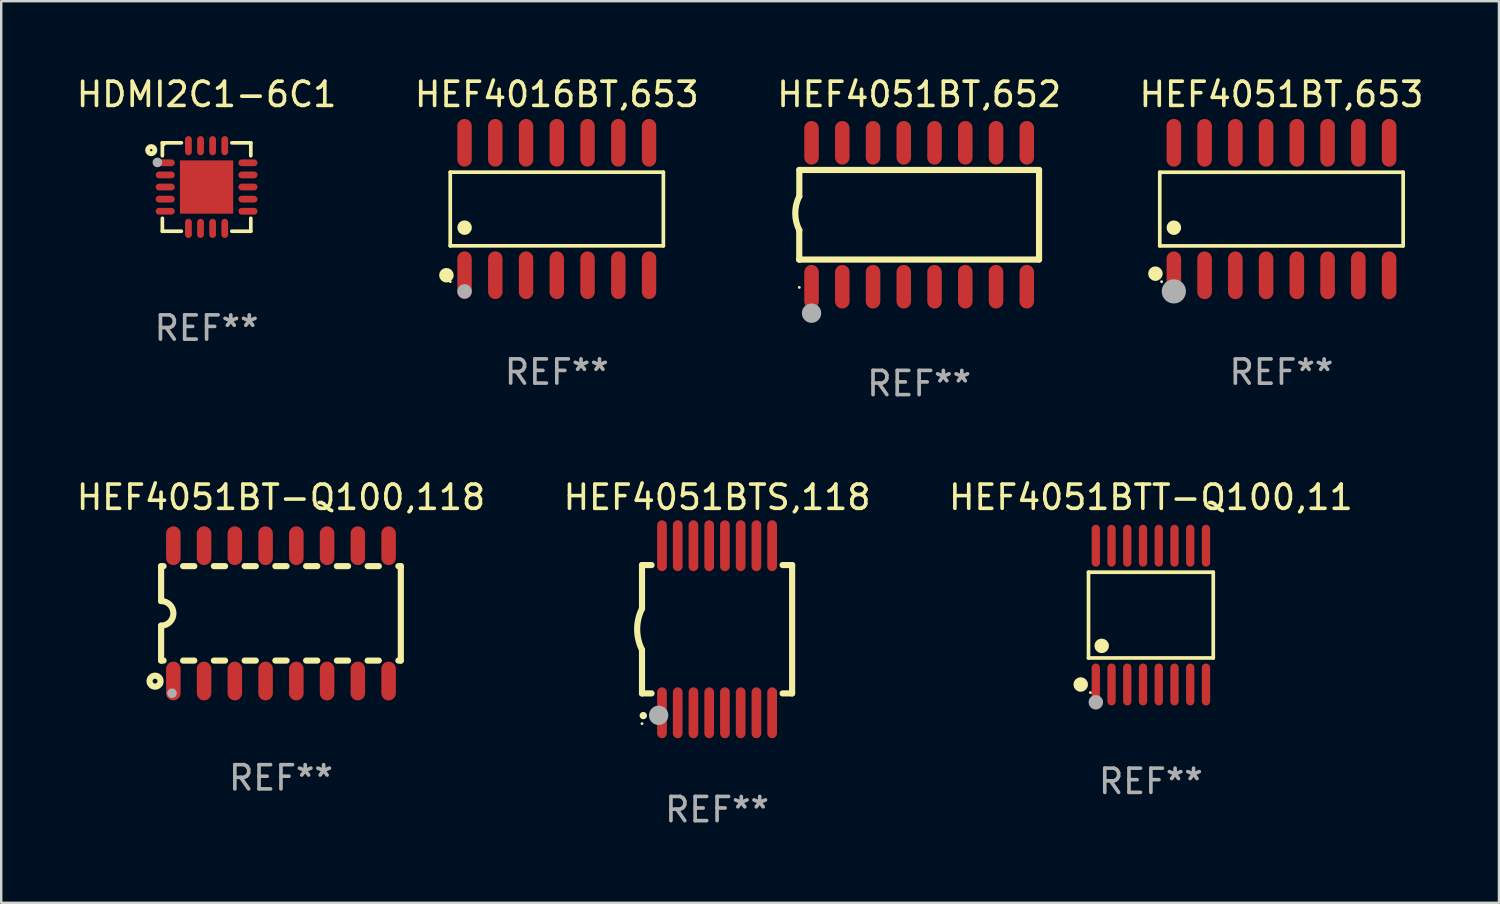
<source format=kicad_pcb>
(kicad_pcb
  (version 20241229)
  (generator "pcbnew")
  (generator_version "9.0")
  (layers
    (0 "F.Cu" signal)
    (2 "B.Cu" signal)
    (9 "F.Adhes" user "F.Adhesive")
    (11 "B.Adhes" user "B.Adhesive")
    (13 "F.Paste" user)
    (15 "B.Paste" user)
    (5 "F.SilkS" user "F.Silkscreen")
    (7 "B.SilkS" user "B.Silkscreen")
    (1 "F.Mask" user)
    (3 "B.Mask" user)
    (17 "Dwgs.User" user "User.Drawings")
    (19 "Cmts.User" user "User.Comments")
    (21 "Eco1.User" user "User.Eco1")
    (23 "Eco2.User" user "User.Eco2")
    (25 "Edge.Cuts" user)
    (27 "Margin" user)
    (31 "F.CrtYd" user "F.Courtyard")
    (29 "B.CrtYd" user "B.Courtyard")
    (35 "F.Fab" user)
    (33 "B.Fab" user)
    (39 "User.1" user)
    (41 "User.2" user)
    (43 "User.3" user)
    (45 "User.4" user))
  (footprint "HEF4051BTS,118"
    (layer "F.Cu")
    (at 26.565 22.938)
    (property "Reference" "HEF4051BTS,118" (at 0 -5.45 0) (layer "F.SilkS") (effects (font (size 1 1) (thickness 0.15))))
    (attr through_hole)
    (fp_line (start -3.1 -2.65) (end -3.1 -0.85) (stroke (width 0.254) (type solid)) (layer "F.SilkS"))
    (fp_line (start -3.1 -2.65) (end -2.706 -2.65) (stroke (width 0.254) (type solid)) (layer "F.SilkS"))
    (fp_line (start -3.1 2.65) (end -3.1 0.85) (stroke (width 0.254) (type solid)) (layer "F.SilkS"))
    (fp_line (start -3.1 2.65) (end -2.706 2.65) (stroke (width 0.254) (type solid)) (layer "F.SilkS"))
    (fp_line (start 2.706 -2.65) (end 3.1 -2.65) (stroke (width 0.254) (type solid)) (layer "F.SilkS"))
    (fp_line (start 2.706 2.65) (end 3.1 2.65) (stroke (width 0.254) (type solid)) (layer "F.SilkS"))
    (fp_line (start 3.1 -2.65) (end 3.1 2.65) (stroke (width 0.254) (type solid)) (layer "F.SilkS"))
    (fp_arc (start -3.098907 0.850902) (mid -3.300057 0.000523) (end -3.1 -0.850114) (stroke (width 0.254001) (type solid)) (layer "F.SilkS"))
    (fp_arc (start -3.048006 3.566066) (mid -3.046736 3.566061) (end -3.045466 3.566066) (stroke (width 0.3) (type solid)) (layer "F.SilkS"))
    (fp_circle (center -3.1 3.9) (end -3.07 3.9) (stroke (width 0.06) (type solid)) (fill no) (layer "F.SilkS"))
    (fp_circle (center -2.413 3.556) (end -2.213 3.556) (stroke (width 0.4) (type solid)) (fill no) (layer "F.Fab"))
    (fp_text user "REF**" (at 0 7.45 0) (layer "F.Fab") (effects (font (size 1 1) (thickness 0.15))))
    (pad "1" smd oval (at -2.275 3.45 180) (size 0.4 2.1) (layers "F.Cu" "F.Mask" "F.Paste"))
    (pad "2" smd oval (at -1.625 3.45 180) (size 0.4 2.1) (layers "F.Cu" "F.Mask" "F.Paste"))
    (pad "3" smd oval (at -0.975 3.45 180) (size 0.4 2.1) (layers "F.Cu" "F.Mask" "F.Paste"))
    (pad "4" smd oval (at -0.325 3.45 180) (size 0.4 2.1) (layers "F.Cu" "F.Mask" "F.Paste"))
    (pad "5" smd oval (at 0.325 3.45 180) (size 0.4 2.1) (layers "F.Cu" "F.Mask" "F.Paste"))
    (pad "6" smd oval (at 0.975 3.45 180) (size 0.4 2.1) (layers "F.Cu" "F.Mask" "F.Paste"))
    (pad "7" smd oval (at 1.625 3.45 180) (size 0.4 2.1) (layers "F.Cu" "F.Mask" "F.Paste"))
    (pad "8" smd oval (at 2.275 3.45 180) (size 0.4 2.1) (layers "F.Cu" "F.Mask" "F.Paste"))
    (pad "9" smd oval (at 2.275 -3.45 180) (size 0.4 2.1) (layers "F.Cu" "F.Mask" "F.Paste"))
    (pad "10" smd oval (at 1.625 -3.45 180) (size 0.4 2.1) (layers "F.Cu" "F.Mask" "F.Paste"))
    (pad "11" smd oval (at 0.975 -3.45 180) (size 0.4 2.1) (layers "F.Cu" "F.Mask" "F.Paste"))
    (pad "12" smd oval (at 0.325 -3.45 180) (size 0.4 2.1) (layers "F.Cu" "F.Mask" "F.Paste"))
    (pad "13" smd oval (at -0.325 -3.45 180) (size 0.4 2.1) (layers "F.Cu" "F.Mask" "F.Paste"))
    (pad "14" smd oval (at -0.975 -3.45 180) (size 0.4 2.1) (layers "F.Cu" "F.Mask" "F.Paste"))
    (pad "15" smd oval (at -1.625 -3.45 180) (size 0.4 2.1) (layers "F.Cu" "F.Mask" "F.Paste"))
    (pad "16" smd oval (at -2.275 -3.45 180) (size 0.4 2.1) (layers "F.Cu" "F.Mask" "F.Paste")))
  (footprint "HEF4051BTT-Q100,11"
    (layer "F.Cu")
    (at 44.482 22.354)
    (property "Reference" "HEF4051BTT-Q100,11" (at 0 -4.866 0) (layer "F.SilkS") (effects (font (size 1 1) (thickness 0.15))))
    (attr through_hole)
    (fp_line (start -2.576 -1.772) (end 2.576 -1.772) (stroke (width 0.152) (type solid)) (layer "F.SilkS"))
    (fp_line (start -2.576 1.771) (end -2.576 -1.772) (stroke (width 0.152) (type solid)) (layer "F.SilkS"))
    (fp_line (start 2.576 -1.772) (end 2.576 1.771) (stroke (width 0.152) (type solid)) (layer "F.SilkS"))
    (fp_line (start 2.576 1.771) (end -2.576 1.771) (stroke (width 0.152) (type solid)) (layer "F.SilkS"))
    (fp_circle (center -2.899 2.866) (end -2.749 2.866) (stroke (width 0.3) (type solid)) (fill no) (layer "F.SilkS"))
    (fp_circle (center -2.5 3.2) (end -2.47 3.2) (stroke (width 0.06) (type solid)) (fill no) (layer "F.SilkS"))
    (fp_circle (center -2.032 1.27) (end -1.882 1.27) (stroke (width 0.3) (type solid)) (fill no) (layer "F.SilkS"))
    (fp_circle (center -2.275 3.6) (end -2.125 3.6) (stroke (width 0.3) (type solid)) (fill no) (layer "F.Fab"))
    (fp_text user "REF**" (at 0 6.866 0) (layer "F.Fab") (effects (font (size 1 1) (thickness 0.15))))
    (pad "1" smd oval (at -2.275 2.866) (size 0.343 1.731) (layers "F.Cu" "F.Mask" "F.Paste"))
    (pad "2" smd oval (at -1.625 2.866) (size 0.343 1.731) (layers "F.Cu" "F.Mask" "F.Paste"))
    (pad "3" smd oval (at -0.975 2.866) (size 0.343 1.731) (layers "F.Cu" "F.Mask" "F.Paste"))
    (pad "4" smd oval (at -0.325 2.866) (size 0.343 1.731) (layers "F.Cu" "F.Mask" "F.Paste"))
    (pad "5" smd oval (at 0.325 2.866) (size 0.343 1.731) (layers "F.Cu" "F.Mask" "F.Paste"))
    (pad "6" smd oval (at 0.975 2.866) (size 0.343 1.731) (layers "F.Cu" "F.Mask" "F.Paste"))
    (pad "7" smd oval (at 1.625 2.866) (size 0.343 1.731) (layers "F.Cu" "F.Mask" "F.Paste"))
    (pad "8" smd oval (at 2.275 2.866) (size 0.343 1.731) (layers "F.Cu" "F.Mask" "F.Paste"))
    (pad "9" smd oval (at 2.275 -2.866) (size 0.343 1.731) (layers "F.Cu" "F.Mask" "F.Paste"))
    (pad "10" smd oval (at 1.625 -2.866) (size 0.343 1.731) (layers "F.Cu" "F.Mask" "F.Paste"))
    (pad "11" smd oval (at 0.975 -2.866) (size 0.343 1.731) (layers "F.Cu" "F.Mask" "F.Paste"))
    (pad "12" smd oval (at 0.325 -2.866) (size 0.343 1.731) (layers "F.Cu" "F.Mask" "F.Paste"))
    (pad "13" smd oval (at -0.325 -2.866) (size 0.343 1.731) (layers "F.Cu" "F.Mask" "F.Paste"))
    (pad "14" smd oval (at -0.975 -2.866) (size 0.343 1.731) (layers "F.Cu" "F.Mask" "F.Paste"))
    (pad "15" smd oval (at -1.625 -2.866) (size 0.343 1.731) (layers "F.Cu" "F.Mask" "F.Paste"))
    (pad "16" smd oval (at -2.275 -2.866) (size 0.343 1.731) (layers "F.Cu" "F.Mask" "F.Paste")))
  (footprint "HEF4051BT,652"
    (layer "F.Cu")
    (at 34.911 5.82)
    (property "Reference" "HEF4051BT,652" (at 0 -4.972 0) (layer "F.SilkS") (effects (font (size 1 1) (thickness 0.15))))
    (attr through_hole)
    (fp_line (start -4.952 0.635) (end -4.952 1.85) (stroke (width 0.254) (type solid)) (layer "F.SilkS"))
    (fp_line (start -4.952 1.85) (end -4.949 1.85) (stroke (width 0.254) (type solid)) (layer "F.SilkS"))
    (fp_line (start -4.949 -1.85) (end -4.949 -0.762) (stroke (width 0.254) (type solid)) (layer "F.SilkS"))
    (fp_line (start -4.949 1.85) (end 4.952 1.85) (stroke (width 0.254) (type solid)) (layer "F.SilkS"))
    (fp_line (start 4.952 -1.85) (end -4.949 -1.85) (stroke (width 0.254) (type solid)) (layer "F.SilkS"))
    (fp_line (start 4.952 1.85) (end 4.952 -1.85) (stroke (width 0.254) (type solid)) (layer "F.SilkS"))
    (fp_arc (start -4.951524 0.635001) (mid -5.116418 -0.0635) (end -4.951524 -0.762002) (stroke (width 0.254001) (type solid)) (layer "F.SilkS"))
    (fp_circle (center -4.949 3) (end -4.919 3) (stroke (width 0.06) (type solid)) (fill no) (layer "F.SilkS"))
    (fp_circle (center -4.444 4.064) (end -4.244 4.064) (stroke (width 0.4) (type solid)) (fill no) (layer "F.Fab"))
    (fp_text user "REF**" (at 0 6.972 0) (layer "F.Fab") (effects (font (size 1 1) (thickness 0.15))))
    (pad "1" smd oval (at -4.444 2.972 180) (size 0.6 1.8) (layers "F.Cu" "F.Mask" "F.Paste"))
    (pad "2" smd oval (at -3.174 2.972 180) (size 0.6 1.8) (layers "F.Cu" "F.Mask" "F.Paste"))
    (pad "3" smd oval (at -1.904 2.972 180) (size 0.6 1.8) (layers "F.Cu" "F.Mask" "F.Paste"))
    (pad "4" smd oval (at -0.634 2.972 180) (size 0.6 1.8) (layers "F.Cu" "F.Mask" "F.Paste"))
    (pad "5" smd oval (at 0.636 2.972 180) (size 0.6 1.8) (layers "F.Cu" "F.Mask" "F.Paste"))
    (pad "6" smd oval (at 1.906 2.972 180) (size 0.6 1.8) (layers "F.Cu" "F.Mask" "F.Paste"))
    (pad "7" smd oval (at 3.176 2.972 180) (size 0.6 1.8) (layers "F.Cu" "F.Mask" "F.Paste"))
    (pad "8" smd oval (at 4.446 2.972 180) (size 0.6 1.8) (layers "F.Cu" "F.Mask" "F.Paste"))
    (pad "9" smd oval (at 4.446 -2.972 180) (size 0.6 1.8) (layers "F.Cu" "F.Mask" "F.Paste"))
    (pad "10" smd oval (at 3.176 -2.972 180) (size 0.6 1.8) (layers "F.Cu" "F.Mask" "F.Paste"))
    (pad "11" smd oval (at 1.906 -2.972 180) (size 0.6 1.8) (layers "F.Cu" "F.Mask" "F.Paste"))
    (pad "12" smd oval (at 0.636 -2.972 180) (size 0.6 1.8) (layers "F.Cu" "F.Mask" "F.Paste"))
    (pad "13" smd oval (at -0.634 -2.972 180) (size 0.6 1.8) (layers "F.Cu" "F.Mask" "F.Paste"))
    (pad "14" smd oval (at -1.904 -2.972 180) (size 0.6 1.8) (layers "F.Cu" "F.Mask" "F.Paste"))
    (pad "15" smd oval (at -3.174 -2.972 180) (size 0.6 1.8) (layers "F.Cu" "F.Mask" "F.Paste"))
    (pad "16" smd oval (at -4.444 -2.972 180) (size 0.6 1.8) (layers "F.Cu" "F.Mask" "F.Paste")))
  (footprint "HEF4051BT,653"
    (layer "F.Cu")
    (at 49.875 5.584)
    (property "Reference" "HEF4051BT,653" (at 0 -4.736 0) (layer "F.SilkS") (effects (font (size 1 1) (thickness 0.15))))
    (attr through_hole)
    (fp_line (start -5.026 -1.521) (end 5.026 -1.521) (stroke (width 0.152) (type solid)) (layer "F.SilkS"))
    (fp_line (start -5.026 1.521) (end -5.026 -1.521) (stroke (width 0.152) (type solid)) (layer "F.SilkS"))
    (fp_line (start 5.026 -1.521) (end 5.026 1.521) (stroke (width 0.152) (type solid)) (layer "F.SilkS"))
    (fp_line (start 5.026 1.521) (end -5.026 1.521) (stroke (width 0.152) (type solid)) (layer "F.SilkS"))
    (fp_circle (center -5.207 2.667) (end -5.057 2.667) (stroke (width 0.3) (type solid)) (fill no) (layer "F.SilkS"))
    (fp_circle (center -4.95 3) (end -4.92 3) (stroke (width 0.06) (type solid)) (fill no) (layer "F.SilkS"))
    (fp_circle (center -4.445 0.769) (end -4.295 0.769) (stroke (width 0.3) (type solid)) (fill no) (layer "F.SilkS"))
    (fp_circle (center -4.445 3.4) (end -4.195 3.4) (stroke (width 0.5) (type solid)) (fill no) (layer "F.Fab"))
    (fp_text user "REF**" (at 0 6.736 0) (layer "F.Fab") (effects (font (size 1 1) (thickness 0.15))))
    (pad "1" smd oval (at -4.445 2.736) (size 0.602 1.971) (layers "F.Cu" "F.Mask" "F.Paste"))
    (pad "2" smd oval (at -3.175 2.736) (size 0.602 1.971) (layers "F.Cu" "F.Mask" "F.Paste"))
    (pad "3" smd oval (at -1.905 2.736) (size 0.602 1.971) (layers "F.Cu" "F.Mask" "F.Paste"))
    (pad "4" smd oval (at -0.635 2.736) (size 0.602 1.971) (layers "F.Cu" "F.Mask" "F.Paste"))
    (pad "5" smd oval (at 0.635 2.736) (size 0.602 1.971) (layers "F.Cu" "F.Mask" "F.Paste"))
    (pad "6" smd oval (at 1.905 2.736) (size 0.602 1.971) (layers "F.Cu" "F.Mask" "F.Paste"))
    (pad "7" smd oval (at 3.175 2.736) (size 0.602 1.971) (layers "F.Cu" "F.Mask" "F.Paste"))
    (pad "8" smd oval (at 4.445 2.736) (size 0.602 1.971) (layers "F.Cu" "F.Mask" "F.Paste"))
    (pad "9" smd oval (at 4.445 -2.736) (size 0.602 1.971) (layers "F.Cu" "F.Mask" "F.Paste"))
    (pad "10" smd oval (at 3.175 -2.736) (size 0.602 1.971) (layers "F.Cu" "F.Mask" "F.Paste"))
    (pad "11" smd oval (at 1.905 -2.736) (size 0.602 1.971) (layers "F.Cu" "F.Mask" "F.Paste"))
    (pad "12" smd oval (at 0.635 -2.736) (size 0.602 1.971) (layers "F.Cu" "F.Mask" "F.Paste"))
    (pad "13" smd oval (at -0.635 -2.736) (size 0.602 1.971) (layers "F.Cu" "F.Mask" "F.Paste"))
    (pad "14" smd oval (at -1.905 -2.736) (size 0.602 1.971) (layers "F.Cu" "F.Mask" "F.Paste"))
    (pad "15" smd oval (at -3.175 -2.736) (size 0.602 1.971) (layers "F.Cu" "F.Mask" "F.Paste"))
    (pad "16" smd oval (at -4.445 -2.736) (size 0.602 1.971) (layers "F.Cu" "F.Mask" "F.Paste")))
  (footprint "HDMI2C1-6C1"
    (layer "F.Cu")
    (at 5.482 4.674)
    (property "Reference" "HDMI2C1-6C1" (at 0 -3.826 0) (layer "F.SilkS") (effects (font (size 1 1) (thickness 0.15))))
    (attr through_hole)
    (fp_line (start -1.826 -1.826) (end -1.042 -1.826) (stroke (width 0.152) (type solid)) (layer "F.SilkS"))
    (fp_line (start -1.826 -1.292) (end -1.826 -1.826) (stroke (width 0.152) (type solid)) (layer "F.SilkS"))
    (fp_line (start -1.826 1.292) (end -1.826 1.826) (stroke (width 0.152) (type solid)) (layer "F.SilkS"))
    (fp_line (start -1.826 1.826) (end -1.042 1.826) (stroke (width 0.152) (type solid)) (layer "F.SilkS"))
    (fp_line (start 1.826 -1.826) (end 1.042 -1.826) (stroke (width 0.152) (type solid)) (layer "F.SilkS"))
    (fp_line (start 1.826 -1.292) (end 1.826 -1.826) (stroke (width 0.152) (type solid)) (layer "F.SilkS"))
    (fp_line (start 1.826 1.292) (end 1.826 1.826) (stroke (width 0.152) (type solid)) (layer "F.SilkS"))
    (fp_line (start 1.826 1.826) (end 1.042 1.826) (stroke (width 0.152) (type solid)) (layer "F.SilkS"))
    (fp_circle (center -2.286 -1.524) (end -2.136 -1.524) (stroke (width 0.2) (type solid)) (fill no) (layer "F.SilkS"))
    (fp_circle (center -1.75 -1.75) (end -1.72 -1.75) (stroke (width 0.06) (type solid)) (fill no) (layer "F.SilkS"))
    (fp_circle (center -2.032 -1.016) (end -1.932 -1.016) (stroke (width 0.2) (type solid)) (fill no) (layer "F.Fab"))
    (fp_text user "REF**" (at 0 5.826 0) (layer "F.Fab") (effects (font (size 1 1) (thickness 0.15))))
    (pad "1" smd oval (at -1.708 -1) (size 0.79 0.28) (layers "F.Cu" "F.Mask" "F.Paste"))
    (pad "2" smd oval (at -1.708 -0.5) (size 0.79 0.28) (layers "F.Cu" "F.Mask" "F.Paste"))
    (pad "3" smd oval (at -1.708 -0.000013) (size 0.79 0.28) (layers "F.Cu" "F.Mask" "F.Paste"))
    (pad "4" smd oval (at -1.708 0.5) (size 0.79 0.28) (layers "F.Cu" "F.Mask" "F.Paste"))
    (pad "5" smd oval (at -1.708 1) (size 0.79 0.28) (layers "F.Cu" "F.Mask" "F.Paste"))
    (pad "6" smd oval (at -0.75 1.708) (size 0.28 0.79) (layers "F.Cu" "F.Mask" "F.Paste"))
    (pad "7" smd oval (at -0.25 1.708) (size 0.28 0.79) (layers "F.Cu" "F.Mask" "F.Paste"))
    (pad "8" smd oval (at 0.25 1.708) (size 0.28 0.79) (layers "F.Cu" "F.Mask" "F.Paste"))
    (pad "9" smd oval (at 0.75 1.708) (size 0.28 0.79) (layers "F.Cu" "F.Mask" "F.Paste"))
    (pad "10" smd oval (at 1.708 1) (size 0.79 0.28) (layers "F.Cu" "F.Mask" "F.Paste"))
    (pad "11" smd oval (at 1.708 0.5) (size 0.79 0.28) (layers "F.Cu" "F.Mask" "F.Paste"))
    (pad "12" smd oval (at 1.708 -0.000013) (size 0.79 0.28) (layers "F.Cu" "F.Mask" "F.Paste"))
    (pad "13" smd oval (at 1.708 -0.5) (size 0.79 0.28) (layers "F.Cu" "F.Mask" "F.Paste"))
    (pad "14" smd oval (at 1.708 -1) (size 0.79 0.28) (layers "F.Cu" "F.Mask" "F.Paste"))
    (pad "15" smd oval (at 0.75 -1.708) (size 0.28 0.79) (layers "F.Cu" "F.Mask" "F.Paste"))
    (pad "16" smd oval (at 0.25 -1.708) (size 0.28 0.79) (layers "F.Cu" "F.Mask" "F.Paste"))
    (pad "17" smd oval (at -0.25 -1.708) (size 0.28 0.79) (layers "F.Cu" "F.Mask" "F.Paste"))
    (pad "18" smd oval (at -0.75 -1.708) (size 0.28 0.79) (layers "F.Cu" "F.Mask" "F.Paste"))
    (pad "19" smd rect (at -0.000013 -0.000013) (size 2.2 2.2) (layers "F.Cu" "F.Mask" "F.Paste")))
  (footprint "HEF4016BT,653"
    (layer "F.Cu")
    (at 19.946 5.582)
    (property "Reference" "HEF4016BT,653" (at 0 -4.734 0) (layer "F.SilkS") (effects (font (size 1 1) (thickness 0.15))))
    (attr through_hole)
    (fp_line (start -4.401 -1.521) (end 4.401 -1.521) (stroke (width 0.152) (type solid)) (layer "F.SilkS"))
    (fp_line (start -4.401 1.521) (end -4.401 -1.521) (stroke (width 0.152) (type solid)) (layer "F.SilkS"))
    (fp_line (start 4.401 -1.521) (end 4.401 1.521) (stroke (width 0.152) (type solid)) (layer "F.SilkS"))
    (fp_line (start 4.401 1.521) (end -4.401 1.521) (stroke (width 0.152) (type solid)) (layer "F.SilkS"))
    (fp_circle (center -4.56 2.734) (end -4.41 2.734) (stroke (width 0.3) (type solid)) (fill no) (layer "F.SilkS"))
    (fp_circle (center -4.4 3) (end -4.37 3) (stroke (width 0.06) (type solid)) (fill no) (layer "F.SilkS"))
    (fp_circle (center -3.81 0.769) (end -3.66 0.769) (stroke (width 0.3) (type solid)) (fill no) (layer "F.SilkS"))
    (fp_circle (center -3.81 3.4) (end -3.66 3.4) (stroke (width 0.3) (type solid)) (fill no) (layer "F.Fab"))
    (fp_text user "REF**" (at 0 6.734 0) (layer "F.Fab") (effects (font (size 1 1) (thickness 0.15))))
    (pad "1" smd oval (at -3.81 2.734) (size 0.595 1.968) (layers "F.Cu" "F.Mask" "F.Paste"))
    (pad "2" smd oval (at -2.54 2.734) (size 0.595 1.968) (layers "F.Cu" "F.Mask" "F.Paste"))
    (pad "3" smd oval (at -1.27 2.734) (size 0.595 1.968) (layers "F.Cu" "F.Mask" "F.Paste"))
    (pad "4" smd oval (at 0.000127 2.734) (size 0.595 1.968) (layers "F.Cu" "F.Mask" "F.Paste"))
    (pad "5" smd oval (at 1.27 2.734) (size 0.595 1.968) (layers "F.Cu" "F.Mask" "F.Paste"))
    (pad "6" smd oval (at 2.54 2.734) (size 0.595 1.968) (layers "F.Cu" "F.Mask" "F.Paste"))
    (pad "7" smd oval (at 3.81 2.734) (size 0.595 1.968) (layers "F.Cu" "F.Mask" "F.Paste"))
    (pad "8" smd oval (at 3.81 -2.734) (size 0.595 1.968) (layers "F.Cu" "F.Mask" "F.Paste"))
    (pad "9" smd oval (at 2.54 -2.734) (size 0.595 1.968) (layers "F.Cu" "F.Mask" "F.Paste"))
    (pad "10" smd oval (at 1.27 -2.734) (size 0.595 1.968) (layers "F.Cu" "F.Mask" "F.Paste"))
    (pad "11" smd oval (at 0.000127 -2.734) (size 0.595 1.968) (layers "F.Cu" "F.Mask" "F.Paste"))
    (pad "12" smd oval (at -1.27 -2.734) (size 0.595 1.968) (layers "F.Cu" "F.Mask" "F.Paste"))
    (pad "13" smd oval (at -2.54 -2.734) (size 0.595 1.968) (layers "F.Cu" "F.Mask" "F.Paste"))
    (pad "14" smd oval (at -3.81 -2.734) (size 0.595 1.968) (layers "F.Cu" "F.Mask" "F.Paste")))
  (footprint "HEF4051BT-Q100,118"
    (layer "F.Cu")
    (at 8.554 22.282)
    (property "Reference" "HEF4051BT-Q100,118" (at 0 -4.794 0) (layer "F.SilkS") (effects (font (size 1 1) (thickness 0.15))))
    (attr through_hole)
    (fp_line (start -4.95 -1.95) (end -4.95 -0.508) (stroke (width 0.254) (type solid)) (layer "F.SilkS"))
    (fp_line (start -4.95 -1.95) (end -4.849 -1.95) (stroke (width 0.254) (type solid)) (layer "F.SilkS"))
    (fp_line (start -4.95 1.95) (end -4.95 0.508) (stroke (width 0.254) (type solid)) (layer "F.SilkS"))
    (fp_line (start -4.95 1.95) (end -4.849 1.95) (stroke (width 0.254) (type solid)) (layer "F.SilkS"))
    (fp_line (start -4.041 -1.95) (end -3.579 -1.95) (stroke (width 0.254) (type solid)) (layer "F.SilkS"))
    (fp_line (start -4.041 1.95) (end -3.579 1.95) (stroke (width 0.254) (type solid)) (layer "F.SilkS"))
    (fp_line (start -2.771 -1.95) (end -2.309 -1.95) (stroke (width 0.254) (type solid)) (layer "F.SilkS"))
    (fp_line (start -2.771 1.95) (end -2.309 1.95) (stroke (width 0.254) (type solid)) (layer "F.SilkS"))
    (fp_line (start -1.501 -1.95) (end -1.039 -1.95) (stroke (width 0.254) (type solid)) (layer "F.SilkS"))
    (fp_line (start -1.501 1.95) (end -1.039 1.95) (stroke (width 0.254) (type solid)) (layer "F.SilkS"))
    (fp_line (start -0.231 -1.95) (end 0.231 -1.95) (stroke (width 0.254) (type solid)) (layer "F.SilkS"))
    (fp_line (start -0.231 1.95) (end 0.231 1.95) (stroke (width 0.254) (type solid)) (layer "F.SilkS"))
    (fp_line (start 1.039 -1.95) (end 1.501 -1.95) (stroke (width 0.254) (type solid)) (layer "F.SilkS"))
    (fp_line (start 1.039 1.95) (end 1.501 1.95) (stroke (width 0.254) (type solid)) (layer "F.SilkS"))
    (fp_line (start 2.309 -1.95) (end 2.771 -1.95) (stroke (width 0.254) (type solid)) (layer "F.SilkS"))
    (fp_line (start 2.309 1.95) (end 2.771 1.95) (stroke (width 0.254) (type solid)) (layer "F.SilkS"))
    (fp_line (start 3.579 -1.95) (end 4.041 -1.95) (stroke (width 0.254) (type solid)) (layer "F.SilkS"))
    (fp_line (start 3.579 1.95) (end 4.041 1.95) (stroke (width 0.254) (type solid)) (layer "F.SilkS"))
    (fp_line (start 4.849 -1.95) (end 4.95 -1.95) (stroke (width 0.254) (type solid)) (layer "F.SilkS"))
    (fp_line (start 4.849 1.95) (end 4.95 1.95) (stroke (width 0.254) (type solid)) (layer "F.SilkS"))
    (fp_line (start 4.95 -1.95) (end 4.95 1.95) (stroke (width 0.254) (type solid)) (layer "F.SilkS"))
    (fp_arc (start -4.95047 -0.508001) (mid -4.442469 -0.000228) (end -4.950013 0.508001) (stroke (width 0.254001) (type solid)) (layer "F.SilkS"))
    (fp_circle (center -5.2 2.8) (end -5.1 2.8) (stroke (width 0.254) (type solid)) (fill no) (layer "F.SilkS"))
    (fp_circle (center -4.95 2.947) (end -4.92 2.947) (stroke (width 0.06) (type solid)) (fill no) (layer "F.SilkS"))
    (fp_circle (center -4.5 3.3) (end -4.4 3.3) (stroke (width 0.2) (type solid)) (fill no) (layer "F.Fab"))
    (fp_text user "REF**" (at 0 6.794 0) (layer "F.Fab") (effects (font (size 1 1) (thickness 0.15))))
    (pad "1" smd oval (at -4.445 2.794) (size 0.6 1.6) (layers "F.Cu" "F.Mask" "F.Paste"))
    (pad "2" smd oval (at -3.175 2.794) (size 0.6 1.6) (layers "F.Cu" "F.Mask" "F.Paste"))
    (pad "3" smd oval (at -1.905 2.794) (size 0.6 1.6) (layers "F.Cu" "F.Mask" "F.Paste"))
    (pad "4" smd oval (at -0.635 2.794) (size 0.6 1.6) (layers "F.Cu" "F.Mask" "F.Paste"))
    (pad "5" smd oval (at 0.635 2.794) (size 0.6 1.6) (layers "F.Cu" "F.Mask" "F.Paste"))
    (pad "6" smd oval (at 1.905 2.794) (size 0.6 1.6) (layers "F.Cu" "F.Mask" "F.Paste"))
    (pad "7" smd oval (at 3.175 2.794) (size 0.6 1.6) (layers "F.Cu" "F.Mask" "F.Paste"))
    (pad "8" smd oval (at 4.445 2.794) (size 0.6 1.6) (layers "F.Cu" "F.Mask" "F.Paste"))
    (pad "9" smd oval (at 4.445 -2.794) (size 0.6 1.6) (layers "F.Cu" "F.Mask" "F.Paste"))
    (pad "10" smd oval (at 3.175 -2.794) (size 0.6 1.6) (layers "F.Cu" "F.Mask" "F.Paste"))
    (pad "11" smd oval (at 1.905 -2.794) (size 0.6 1.6) (layers "F.Cu" "F.Mask" "F.Paste"))
    (pad "12" smd oval (at 0.635 -2.794) (size 0.6 1.6) (layers "F.Cu" "F.Mask" "F.Paste"))
    (pad "13" smd oval (at -0.635 -2.794) (size 0.6 1.6) (layers "F.Cu" "F.Mask" "F.Paste"))
    (pad "14" smd oval (at -1.905 -2.794) (size 0.6 1.6) (layers "F.Cu" "F.Mask" "F.Paste"))
    (pad "15" smd oval (at -3.175 -2.794) (size 0.6 1.6) (layers "F.Cu" "F.Mask" "F.Paste"))
    (pad "16" smd oval (at -4.445 -2.794) (size 0.6 1.6) (layers "F.Cu" "F.Mask" "F.Paste")))
  (gr_rect
    (start -3 -3)
    (end 58.857 34.237)
    (stroke (width 0.1) (type default))
    (fill no)
    (layer "Edge.Cuts")))
</source>
